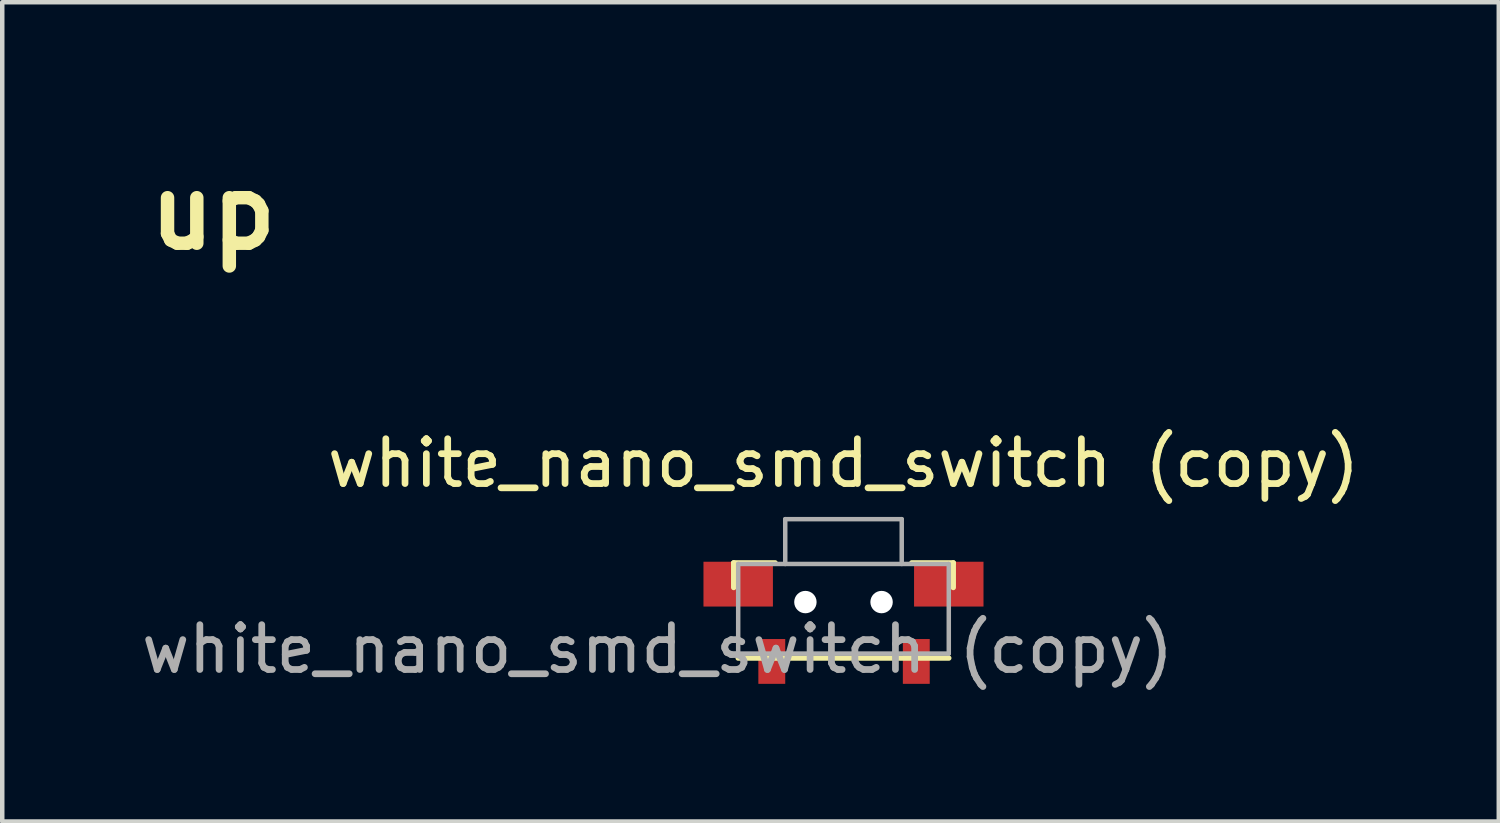
<source format=kicad_pcb>
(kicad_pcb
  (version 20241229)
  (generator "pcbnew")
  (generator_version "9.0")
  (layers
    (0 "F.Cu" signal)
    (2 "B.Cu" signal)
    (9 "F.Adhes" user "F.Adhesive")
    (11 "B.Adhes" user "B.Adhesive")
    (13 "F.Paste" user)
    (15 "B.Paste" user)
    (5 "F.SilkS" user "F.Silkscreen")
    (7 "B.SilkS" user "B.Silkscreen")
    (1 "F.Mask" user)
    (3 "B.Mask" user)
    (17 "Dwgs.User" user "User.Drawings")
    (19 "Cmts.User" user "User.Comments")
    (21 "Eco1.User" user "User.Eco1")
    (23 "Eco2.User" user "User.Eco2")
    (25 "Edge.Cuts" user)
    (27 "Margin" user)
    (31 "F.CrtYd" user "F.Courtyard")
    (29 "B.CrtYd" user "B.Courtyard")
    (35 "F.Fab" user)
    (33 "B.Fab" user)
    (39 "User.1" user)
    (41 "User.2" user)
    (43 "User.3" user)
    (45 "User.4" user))
  (footprint "white_nano_smd_switch (copy)"
    (layer "F.Cu")
    (at 15.775 9.787)
    (property "Reference" "white_nano_smd_switch (copy)" (at 0 -2.5 0) (layer "F.SilkS") (effects (font (size 1 1) (thickness 0.15))))
    (attr smd)
    (fp_line (start -2.45 0.275) (end -2.45 -0.275) (stroke (width 0.12) (type solid)) (layer "F.SilkS"))
    (fp_line (start -1.525 -0.275) (end -2.45 -0.275) (stroke (width 0.12) (type solid)) (layer "F.SilkS"))
    (fp_line (start 2.35 1.85) (end -2.35 1.85) (stroke (width 0.12) (type solid)) (layer "F.SilkS"))
    (fp_line (start 2.45 -0.275) (end 1.525 -0.275) (stroke (width 0.12) (type solid)) (layer "F.SilkS"))
    (fp_line (start 2.45 0.275) (end 2.45 -0.275) (stroke (width 0.12) (type solid)) (layer "F.SilkS"))
    (fp_line (start -2.35 -0.25) (end -2.35 1.75) (stroke (width 0.1) (type solid)) (layer "F.Fab"))
    (fp_line (start -1.3 -1.25) (end -1.3 -0.25) (stroke (width 0.1) (type solid)) (layer "F.Fab"))
    (fp_line (start 1.3 -1.25) (end -1.3 -1.25) (stroke (width 0.1) (type solid)) (layer "F.Fab"))
    (fp_line (start 1.3 -1.25) (end 1.3 -0.25) (stroke (width 0.1) (type solid)) (layer "F.Fab"))
    (fp_line (start 2.35 -0.25) (end -2.35 -0.25) (stroke (width 0.1) (type solid)) (layer "F.Fab"))
    (fp_line (start 2.35 -0.25) (end 2.35 1.75) (stroke (width 0.1) (type solid)) (layer "F.Fab"))
    (fp_line (start 2.35 1.75) (end -2.35 1.75) (stroke (width 0.1) (type solid)) (layer "F.Fab"))
    (fp_text user "${REFERENCE}" (at -4.15 1.65 0) (layer "F.Fab") (effects (font (size 1 1) (thickness 0.15))))
    (pad "" np_thru_hole circle (at -0.85 0.6) (size 0.5 0.5) (drill 0.5) (layers "*.Cu" "*.Mask"))
    (pad "" np_thru_hole circle (at 0.85 0.6) (size 0.5 0.5) (drill 0.5) (layers "*.Cu" "*.Mask"))
    (pad "1" smd rect (at -1.6 1.925 180) (size 0.6 1) (layers "F.Cu" "F.Mask" "F.Paste"))
    (pad "2" smd rect (at 1.625 1.925 180) (size 0.6 1) (layers "F.Cu" "F.Mask" "F.Paste"))
    (pad "3" smd rect (at -2.35 0.2 180) (size 1.55 1) (layers "F.Cu" "F.Mask" "F.Paste"))
    (pad "3" smd rect (at 2.35 0.2 180) (size 1.55 1) (layers "F.Cu" "F.Mask" "F.Paste")))
  (footprint "up"
    (layer "F.Cu")
    (at 1.705 1.689)
    (property "Reference" "up" (at 0 0 0) (layer "F.SilkS") (effects (font (size 1.524 1.524) (thickness 0.3))))
    (attr through_hole)
    (fp_poly (pts (xy 0.307 -1.658) (xy 0.596 -1.581) (xy 0.865 -1.454) (xy 1.112 -1.28) (xy 1.329 -1.061) (xy 1.465 -0.876) (xy 1.574 -0.681) (xy 1.649 -0.484) (xy 1.694 -0.266) (xy 1.713 -0.056) (xy 1.708 0.246) (xy 1.66 0.518) (xy 1.566 0.768) (xy 1.422 1.003) (xy 1.225 1.232) (xy 1.201 1.256) (xy 1 1.435) (xy 0.799 1.566) (xy 0.583 1.66) (xy 0.422 1.706) (xy 0.259 1.733) (xy 0.068 1.745) (xy -0.128 1.743) (xy -0.308 1.727) (xy -0.423 1.705) (xy -0.696 1.605) (xy -0.95 1.458) (xy -1.179 1.27) (xy -1.375 1.05) (xy -1.53 0.802) (xy -1.639 0.536) (xy -1.652 0.492) (xy -1.688 0.289) (xy -0.762 0.289) (xy -0.735 0.294) (xy -0.659 0.3) (xy -0.54 0.304) (xy -0.387 0.307) (xy -0.206 0.31) (xy -0.004 0.31) (xy 0.021 0.31) (xy 0.804 0.31) (xy 0.402 -0.091) (xy 0.000269 -0.493) (xy -0.381 -0.113) (xy -0.5 0.007) (xy -0.603 0.113) (xy -0.686 0.2) (xy -0.741 0.261) (xy -0.762 0.288) (xy -0.762 0.289) (xy -1.688 0.289) (xy -1.688 0.286) (xy -1.7 0.053) (xy -1.687 -0.186) (xy -1.65 -0.408) (xy -1.625 -0.496) (xy -1.51 -0.767) (xy -1.349 -1.014) (xy -1.147 -1.23) (xy -0.913 -1.411) (xy -0.652 -1.55) (xy -0.372 -1.641) (xy -0.304 -1.655) (xy 0.006 -1.684) (xy 0.307 -1.658)) (stroke (width 0.01) (type solid)) (fill yes) (layer "F.Mask")))
  (gr_rect
    (start -3 -3)
    (end 30.4 15.285)
    (stroke (width 0.1) (type default))
    (fill no)
    (layer "Edge.Cuts")))
</source>
